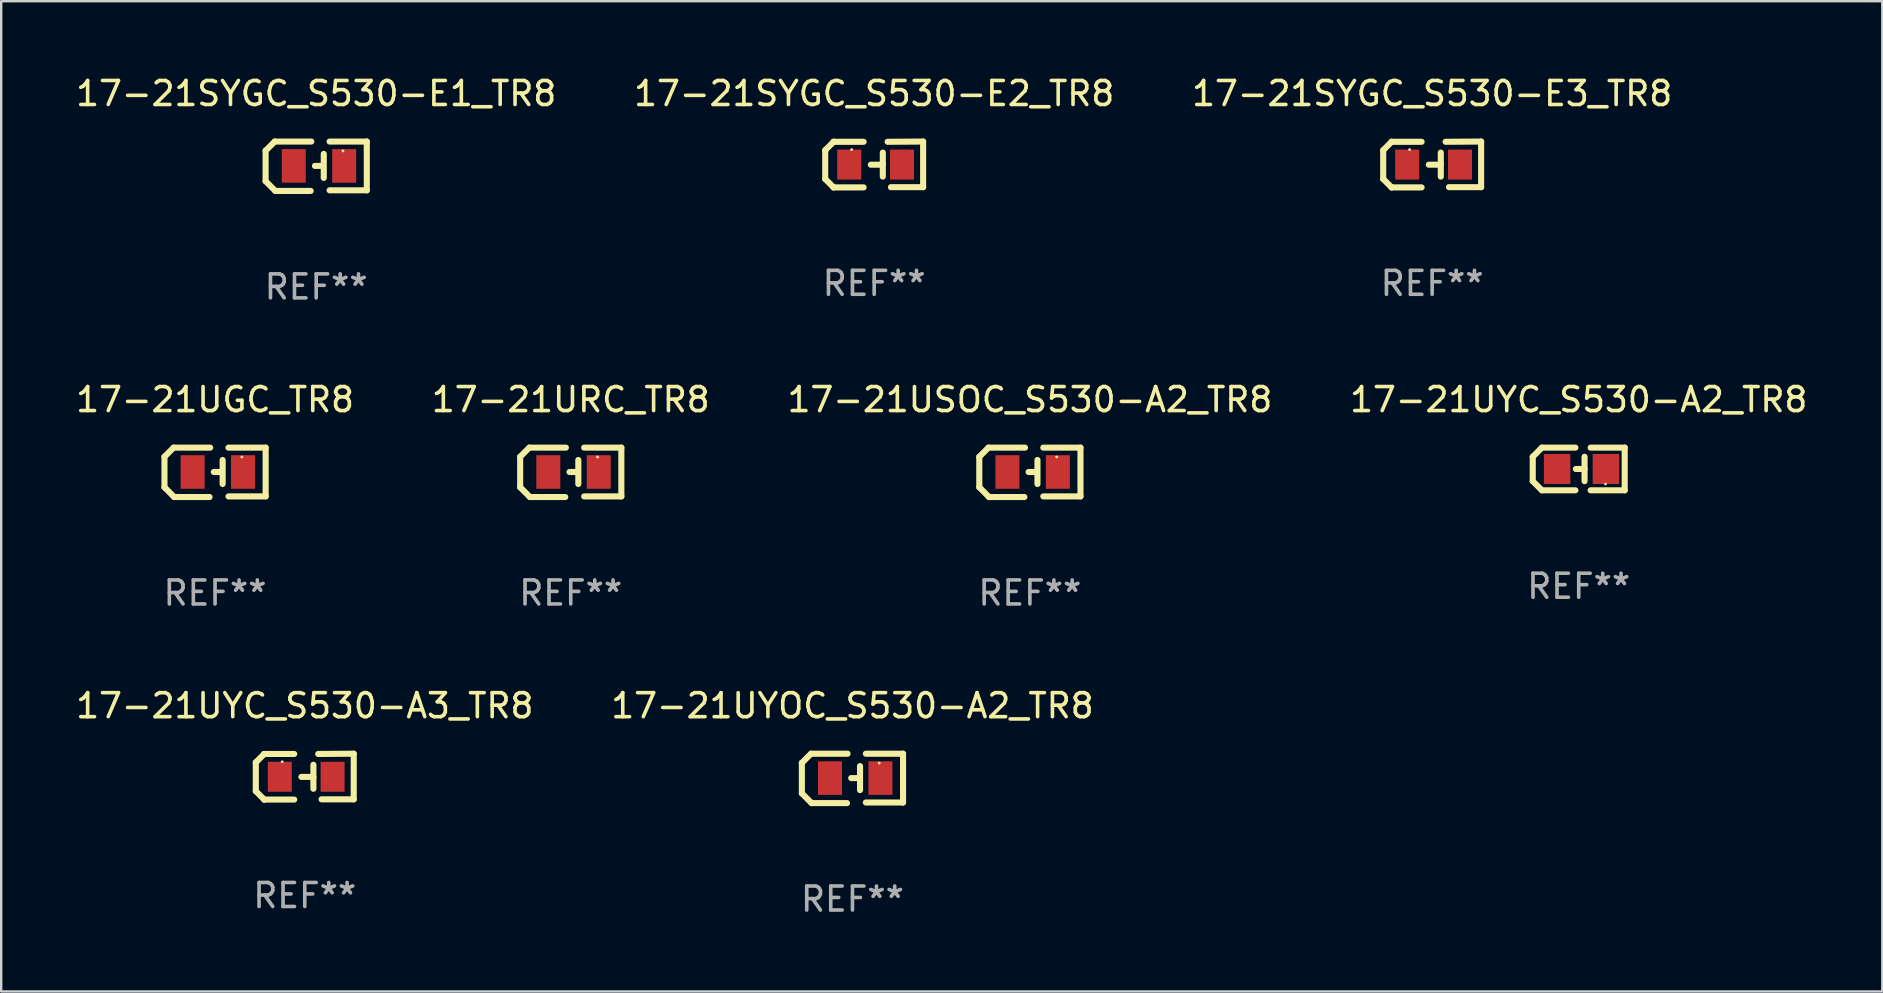
<source format=kicad_pcb>
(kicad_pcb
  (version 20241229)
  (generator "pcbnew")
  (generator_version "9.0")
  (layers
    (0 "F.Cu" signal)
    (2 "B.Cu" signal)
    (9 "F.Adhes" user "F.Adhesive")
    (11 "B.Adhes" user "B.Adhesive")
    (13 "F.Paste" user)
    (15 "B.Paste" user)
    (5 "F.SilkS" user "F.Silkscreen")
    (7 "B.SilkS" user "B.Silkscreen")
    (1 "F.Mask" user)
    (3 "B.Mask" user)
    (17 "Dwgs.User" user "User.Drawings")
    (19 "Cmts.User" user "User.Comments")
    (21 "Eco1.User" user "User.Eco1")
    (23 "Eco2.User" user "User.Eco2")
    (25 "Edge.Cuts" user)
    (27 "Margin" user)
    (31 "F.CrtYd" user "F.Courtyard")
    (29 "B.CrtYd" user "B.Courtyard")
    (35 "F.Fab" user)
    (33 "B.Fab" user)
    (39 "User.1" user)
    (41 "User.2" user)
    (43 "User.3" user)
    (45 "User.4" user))
  (footprint "17-21SYGC_S530-E3_TR8"
    (layer "F.Cu")
    (at 56.625 3.803)
    (property "Reference" "17-21SYGC_S530-E3_TR8" (at 0 -2.955 0) (layer "F.SilkS") (effects (font (size 1 1) (thickness 0.15))))
    (attr through_hole)
    (fp_line (start -2.04 -0.595) (end -2.04 0.605) (stroke (width 0.254) (type solid)) (layer "F.SilkS"))
    (fp_line (start -1.69 -0.945) (end -1.69 -0.945) (stroke (width 0.254) (type solid)) (layer "F.SilkS"))
    (fp_line (start -1.69 -0.945) (end -2.04 -0.595) (stroke (width 0.254) (type solid)) (layer "F.SilkS"))
    (fp_line (start -1.69 0.955) (end -2.04 0.605) (stroke (width 0.254) (type solid)) (layer "F.SilkS"))
    (fp_line (start -1.69 0.955) (end -1.69 0.955) (stroke (width 0.254) (type solid)) (layer "F.SilkS"))
    (fp_line (start -0.44 -0.945) (end -1.69 -0.945) (stroke (width 0.254) (type solid)) (layer "F.SilkS"))
    (fp_line (start -0.44 0.955) (end -1.69 0.955) (stroke (width 0.254) (type solid)) (layer "F.SilkS"))
    (fp_line (start 0.36 -0.495) (end 0.36 0.505) (stroke (width 0.254) (type solid)) (layer "F.SilkS"))
    (fp_line (start 0.36 0.01) (end -0.14 0.01) (stroke (width 0.254) (type solid)) (layer "F.SilkS"))
    (fp_line (start 0.56 -0.945) (end 2.04 -0.955) (stroke (width 0.254) (type solid)) (layer "F.SilkS"))
    (fp_line (start 0.7 0.945) (end 2.04 0.945) (stroke (width 0.254) (type solid)) (layer "F.SilkS"))
    (fp_line (start 2.04 -0.955) (end 2.04 0.945) (stroke (width 0.254) (type solid)) (layer "F.SilkS"))
    (fp_circle (center -0.94 -0.62) (end -0.91 -0.62) (stroke (width 0.06) (type solid)) (fill no) (layer "F.SilkS"))
    (fp_text user "REF**" (at 0 4.955 0) (layer "F.Fab") (effects (font (size 1 1) (thickness 0.15))))
    (pad "1" smd rect (at -1.04 0.005 180) (size 1 1.25) (layers "F.Cu" "F.Mask" "F.Paste"))
    (pad "2" smd rect (at 1.16 0.005 180) (size 1 1.25) (layers "F.Cu" "F.Mask" "F.Paste")))
  (footprint "17-21UYC_S530-A2_TR8"
    (layer "F.Cu")
    (at 62.732 16.491)
    (property "Reference" "17-21UYC_S530-A2_TR8" (at 0 -2.889 0) (layer "F.SilkS") (effects (font (size 1 1) (thickness 0.15))))
    (attr through_hole)
    (fp_line (start -1.916 -0.508) (end -1.535 -0.889) (stroke (width 0.254) (type solid)) (layer "F.SilkS"))
    (fp_line (start -1.916 0.508) (end -1.916 -0.508) (stroke (width 0.254) (type solid)) (layer "F.SilkS"))
    (fp_line (start -1.535 0.889) (end -1.916 0.508) (stroke (width 0.254) (type solid)) (layer "F.SilkS"))
    (fp_line (start -0.138 -0.889) (end -1.535 -0.889) (stroke (width 0.254) (type solid)) (layer "F.SilkS"))
    (fp_line (start -0.138 0.889) (end -1.535 0.889) (stroke (width 0.254) (type solid)) (layer "F.SilkS"))
    (fp_line (start 0.243 -0.001) (end -0.119 -0.000051) (stroke (width 0.254) (type solid)) (layer "F.SilkS"))
    (fp_line (start 0.243 0.508) (end 0.243 -0.508) (stroke (width 0.254) (type solid)) (layer "F.SilkS"))
    (fp_line (start 0.497 -0.889) (end 1.916 -0.889) (stroke (width 0.254) (type solid)) (layer "F.SilkS"))
    (fp_line (start 1.916 -0.889) (end 1.916 0.889) (stroke (width 0.254) (type solid)) (layer "F.SilkS"))
    (fp_line (start 1.916 0.889) (end 0.497 0.889) (stroke (width 0.254) (type solid)) (layer "F.SilkS"))
    (fp_circle (center 1.116 0.625) (end 1.146 0.625) (stroke (width 0.06) (type solid)) (fill no) (layer "F.SilkS"))
    (fp_text user "REF**" (at 0 4.889 0) (layer "F.Fab") (effects (font (size 1 1) (thickness 0.15))))
    (pad "1" smd rect (at 1.132 0.000051) (size 1.1 1.25) (layers "F.Cu" "F.Mask" "F.Paste"))
    (pad "2" smd rect (at -0.9 0.000051) (size 1.1 1.25) (layers "F.Cu" "F.Mask" "F.Paste")))
  (footprint "17-21UYOC_S530-A2_TR8"
    (layer "F.Cu")
    (at 32.47 29.385)
    (property "Reference" "17-21UYOC_S530-A2_TR8" (at 0 -3.029 0) (layer "F.SilkS") (effects (font (size 1 1) (thickness 0.15))))
    (attr through_hole)
    (fp_line (start -2.108 -0.648) (end -1.727 -1.029) (stroke (width 0.254) (type solid)) (layer "F.SilkS"))
    (fp_line (start -2.108 0.622) (end -2.108 -0.648) (stroke (width 0.254) (type solid)) (layer "F.SilkS"))
    (fp_line (start -1.727 -1.029) (end -0.203 -1.029) (stroke (width 0.254) (type solid)) (layer "F.SilkS"))
    (fp_line (start -1.702 1.029) (end -2.108 0.622) (stroke (width 0.254) (type solid)) (layer "F.SilkS"))
    (fp_line (start -0.229 1.029) (end -1.702 1.029) (stroke (width 0.254) (type solid)) (layer "F.SilkS"))
    (fp_line (start 0.216 -0.014) (end -0.053 -0.014) (stroke (width 0.254) (type solid)) (layer "F.SilkS"))
    (fp_line (start 0.316 -0.514) (end 0.316 0.486) (stroke (width 0.254) (type solid)) (layer "F.SilkS"))
    (fp_line (start 0.559 1.003) (end 2.108 1.003) (stroke (width 0.254) (type solid)) (layer "F.SilkS"))
    (fp_line (start 2.108 -1.029) (end 0.559 -1.029) (stroke (width 0.254) (type solid)) (layer "F.SilkS"))
    (fp_line (start 2.108 1.003) (end 2.108 -1.029) (stroke (width 0.254) (type solid)) (layer "F.SilkS"))
    (fp_circle (center 1.116 -0.639) (end 1.146 -0.639) (stroke (width 0.06) (type solid)) (fill no) (layer "F.SilkS"))
    (fp_text user "REF**" (at 0 5.029 0) (layer "F.Fab") (effects (font (size 1 1) (thickness 0.15))))
    (pad "1" smd rect (at 1.166 -0.014 180) (size 1 1.4) (layers "F.Cu" "F.Mask" "F.Paste"))
    (pad "2" smd rect (at -0.935 -0.014 180) (size 1 1.4) (layers "F.Cu" "F.Mask" "F.Paste")))
  (footprint "17-21USOC_S530-A2_TR8"
    (layer "F.Cu")
    (at 39.863 16.631)
    (property "Reference" "17-21USOC_S530-A2_TR8" (at 0 -3.029 0) (layer "F.SilkS") (effects (font (size 1 1) (thickness 0.15))))
    (attr through_hole)
    (fp_line (start -2.108 -0.648) (end -1.727 -1.029) (stroke (width 0.254) (type solid)) (layer "F.SilkS"))
    (fp_line (start -2.108 0.622) (end -2.108 -0.648) (stroke (width 0.254) (type solid)) (layer "F.SilkS"))
    (fp_line (start -1.727 -1.029) (end -0.203 -1.029) (stroke (width 0.254) (type solid)) (layer "F.SilkS"))
    (fp_line (start -1.702 1.029) (end -2.108 0.622) (stroke (width 0.254) (type solid)) (layer "F.SilkS"))
    (fp_line (start -0.229 1.029) (end -1.702 1.029) (stroke (width 0.254) (type solid)) (layer "F.SilkS"))
    (fp_line (start 0.216 -0.014) (end -0.053 -0.014) (stroke (width 0.254) (type solid)) (layer "F.SilkS"))
    (fp_line (start 0.316 -0.514) (end 0.316 0.486) (stroke (width 0.254) (type solid)) (layer "F.SilkS"))
    (fp_line (start 0.559 1.003) (end 2.108 1.003) (stroke (width 0.254) (type solid)) (layer "F.SilkS"))
    (fp_line (start 2.108 -1.029) (end 0.559 -1.029) (stroke (width 0.254) (type solid)) (layer "F.SilkS"))
    (fp_line (start 2.108 1.003) (end 2.108 -1.029) (stroke (width 0.254) (type solid)) (layer "F.SilkS"))
    (fp_circle (center 1.116 -0.639) (end 1.146 -0.639) (stroke (width 0.06) (type solid)) (fill no) (layer "F.SilkS"))
    (fp_text user "REF**" (at 0 5.029 0) (layer "F.Fab") (effects (font (size 1 1) (thickness 0.15))))
    (pad "1" smd rect (at 1.166 -0.014 180) (size 1 1.4) (layers "F.Cu" "F.Mask" "F.Paste"))
    (pad "2" smd rect (at -0.935 -0.014 180) (size 1 1.4) (layers "F.Cu" "F.Mask" "F.Paste")))
  (footprint "17-21URC_TR8"
    (layer "F.Cu")
    (at 20.732 16.631)
    (property "Reference" "17-21URC_TR8" (at 0 -3.029 0) (layer "F.SilkS") (effects (font (size 1 1) (thickness 0.15))))
    (attr through_hole)
    (fp_line (start -2.108 -0.648) (end -1.727 -1.029) (stroke (width 0.254) (type solid)) (layer "F.SilkS"))
    (fp_line (start -2.108 0.622) (end -2.108 -0.648) (stroke (width 0.254) (type solid)) (layer "F.SilkS"))
    (fp_line (start -1.727 -1.029) (end -0.203 -1.029) (stroke (width 0.254) (type solid)) (layer "F.SilkS"))
    (fp_line (start -1.702 1.029) (end -2.108 0.622) (stroke (width 0.254) (type solid)) (layer "F.SilkS"))
    (fp_line (start -0.229 1.029) (end -1.702 1.029) (stroke (width 0.254) (type solid)) (layer "F.SilkS"))
    (fp_line (start 0.216 -0.014) (end -0.053 -0.014) (stroke (width 0.254) (type solid)) (layer "F.SilkS"))
    (fp_line (start 0.316 -0.514) (end 0.316 0.486) (stroke (width 0.254) (type solid)) (layer "F.SilkS"))
    (fp_line (start 0.559 1.003) (end 2.108 1.003) (stroke (width 0.254) (type solid)) (layer "F.SilkS"))
    (fp_line (start 2.108 -1.029) (end 0.559 -1.029) (stroke (width 0.254) (type solid)) (layer "F.SilkS"))
    (fp_line (start 2.108 1.003) (end 2.108 -1.029) (stroke (width 0.254) (type solid)) (layer "F.SilkS"))
    (fp_circle (center 1.116 -0.639) (end 1.146 -0.639) (stroke (width 0.06) (type solid)) (fill no) (layer "F.SilkS"))
    (fp_text user "REF**" (at 0 5.029 0) (layer "F.Fab") (effects (font (size 1 1) (thickness 0.15))))
    (pad "1" smd rect (at 1.166 -0.014 180) (size 1 1.4) (layers "F.Cu" "F.Mask" "F.Paste"))
    (pad "2" smd rect (at -0.935 -0.014 180) (size 1 1.4) (layers "F.Cu" "F.Mask" "F.Paste")))
  (footprint "17-21UGC_TR8"
    (layer "F.Cu")
    (at 5.911 16.631)
    (property "Reference" "17-21UGC_TR8" (at 0 -3.029 0) (layer "F.SilkS") (effects (font (size 1 1) (thickness 0.15))))
    (attr through_hole)
    (fp_line (start -2.108 -0.648) (end -1.727 -1.029) (stroke (width 0.254) (type solid)) (layer "F.SilkS"))
    (fp_line (start -2.108 0.622) (end -2.108 -0.648) (stroke (width 0.254) (type solid)) (layer "F.SilkS"))
    (fp_line (start -1.727 -1.029) (end -0.203 -1.029) (stroke (width 0.254) (type solid)) (layer "F.SilkS"))
    (fp_line (start -1.702 1.029) (end -2.108 0.622) (stroke (width 0.254) (type solid)) (layer "F.SilkS"))
    (fp_line (start -0.229 1.029) (end -1.702 1.029) (stroke (width 0.254) (type solid)) (layer "F.SilkS"))
    (fp_line (start 0.216 -0.014) (end -0.053 -0.014) (stroke (width 0.254) (type solid)) (layer "F.SilkS"))
    (fp_line (start 0.316 -0.514) (end 0.316 0.486) (stroke (width 0.254) (type solid)) (layer "F.SilkS"))
    (fp_line (start 0.559 1.003) (end 2.108 1.003) (stroke (width 0.254) (type solid)) (layer "F.SilkS"))
    (fp_line (start 2.108 -1.029) (end 0.559 -1.029) (stroke (width 0.254) (type solid)) (layer "F.SilkS"))
    (fp_line (start 2.108 1.003) (end 2.108 -1.029) (stroke (width 0.254) (type solid)) (layer "F.SilkS"))
    (fp_circle (center 1.116 -0.639) (end 1.146 -0.639) (stroke (width 0.06) (type solid)) (fill no) (layer "F.SilkS"))
    (fp_text user "REF**" (at 0 5.029 0) (layer "F.Fab") (effects (font (size 1 1) (thickness 0.15))))
    (pad "1" smd rect (at 1.166 -0.014 180) (size 1 1.4) (layers "F.Cu" "F.Mask" "F.Paste"))
    (pad "2" smd rect (at -0.935 -0.014 180) (size 1 1.4) (layers "F.Cu" "F.Mask" "F.Paste")))
  (footprint "17-21SYGC_S530-E1_TR8"
    (layer "F.Cu")
    (at 10.125 3.877)
    (property "Reference" "17-21SYGC_S530-E1_TR8" (at 0 -3.029 0) (layer "F.SilkS") (effects (font (size 1 1) (thickness 0.15))))
    (attr through_hole)
    (fp_line (start -2.108 -0.648) (end -1.727 -1.029) (stroke (width 0.254) (type solid)) (layer "F.SilkS"))
    (fp_line (start -2.108 0.622) (end -2.108 -0.648) (stroke (width 0.254) (type solid)) (layer "F.SilkS"))
    (fp_line (start -1.727 -1.029) (end -0.203 -1.029) (stroke (width 0.254) (type solid)) (layer "F.SilkS"))
    (fp_line (start -1.702 1.029) (end -2.108 0.622) (stroke (width 0.254) (type solid)) (layer "F.SilkS"))
    (fp_line (start -0.229 1.029) (end -1.702 1.029) (stroke (width 0.254) (type solid)) (layer "F.SilkS"))
    (fp_line (start 0.216 -0.014) (end -0.053 -0.014) (stroke (width 0.254) (type solid)) (layer "F.SilkS"))
    (fp_line (start 0.316 -0.514) (end 0.316 0.486) (stroke (width 0.254) (type solid)) (layer "F.SilkS"))
    (fp_line (start 0.559 1.003) (end 2.108 1.003) (stroke (width 0.254) (type solid)) (layer "F.SilkS"))
    (fp_line (start 2.108 -1.029) (end 0.559 -1.029) (stroke (width 0.254) (type solid)) (layer "F.SilkS"))
    (fp_line (start 2.108 1.003) (end 2.108 -1.029) (stroke (width 0.254) (type solid)) (layer "F.SilkS"))
    (fp_circle (center 1.116 -0.639) (end 1.146 -0.639) (stroke (width 0.06) (type solid)) (fill no) (layer "F.SilkS"))
    (fp_text user "REF**" (at 0 5.029 0) (layer "F.Fab") (effects (font (size 1 1) (thickness 0.15))))
    (pad "1" smd rect (at 1.166 -0.014 180) (size 1 1.4) (layers "F.Cu" "F.Mask" "F.Paste"))
    (pad "2" smd rect (at -0.935 -0.014 180) (size 1 1.4) (layers "F.Cu" "F.Mask" "F.Paste")))
  (footprint "17-21SYGC_S530-E2_TR8"
    (layer "F.Cu")
    (at 33.375 3.803)
    (property "Reference" "17-21SYGC_S530-E2_TR8" (at 0 -2.955 0) (layer "F.SilkS") (effects (font (size 1 1) (thickness 0.15))))
    (attr through_hole)
    (fp_line (start -2.04 -0.595) (end -2.04 0.605) (stroke (width 0.254) (type solid)) (layer "F.SilkS"))
    (fp_line (start -1.69 -0.945) (end -1.69 -0.945) (stroke (width 0.254) (type solid)) (layer "F.SilkS"))
    (fp_line (start -1.69 -0.945) (end -2.04 -0.595) (stroke (width 0.254) (type solid)) (layer "F.SilkS"))
    (fp_line (start -1.69 0.955) (end -2.04 0.605) (stroke (width 0.254) (type solid)) (layer "F.SilkS"))
    (fp_line (start -1.69 0.955) (end -1.69 0.955) (stroke (width 0.254) (type solid)) (layer "F.SilkS"))
    (fp_line (start -0.44 -0.945) (end -1.69 -0.945) (stroke (width 0.254) (type solid)) (layer "F.SilkS"))
    (fp_line (start -0.44 0.955) (end -1.69 0.955) (stroke (width 0.254) (type solid)) (layer "F.SilkS"))
    (fp_line (start 0.36 -0.495) (end 0.36 0.505) (stroke (width 0.254) (type solid)) (layer "F.SilkS"))
    (fp_line (start 0.36 0.01) (end -0.14 0.01) (stroke (width 0.254) (type solid)) (layer "F.SilkS"))
    (fp_line (start 0.56 -0.945) (end 2.04 -0.955) (stroke (width 0.254) (type solid)) (layer "F.SilkS"))
    (fp_line (start 0.7 0.945) (end 2.04 0.945) (stroke (width 0.254) (type solid)) (layer "F.SilkS"))
    (fp_line (start 2.04 -0.955) (end 2.04 0.945) (stroke (width 0.254) (type solid)) (layer "F.SilkS"))
    (fp_circle (center -0.94 -0.62) (end -0.91 -0.62) (stroke (width 0.06) (type solid)) (fill no) (layer "F.SilkS"))
    (fp_text user "REF**" (at 0 4.955 0) (layer "F.Fab") (effects (font (size 1 1) (thickness 0.15))))
    (pad "1" smd rect (at -1.04 0.005 180) (size 1 1.25) (layers "F.Cu" "F.Mask" "F.Paste"))
    (pad "2" smd rect (at 1.16 0.005 180) (size 1 1.25) (layers "F.Cu" "F.Mask" "F.Paste")))
  (footprint "17-21UYC_S530-A3_TR8"
    (layer "F.Cu")
    (at 9.649 29.311)
    (property "Reference" "17-21UYC_S530-A3_TR8" (at 0 -2.955 0) (layer "F.SilkS") (effects (font (size 1 1) (thickness 0.15))))
    (attr through_hole)
    (fp_line (start -2.04 -0.595) (end -2.04 0.605) (stroke (width 0.254) (type solid)) (layer "F.SilkS"))
    (fp_line (start -1.69 -0.945) (end -1.69 -0.945) (stroke (width 0.254) (type solid)) (layer "F.SilkS"))
    (fp_line (start -1.69 -0.945) (end -2.04 -0.595) (stroke (width 0.254) (type solid)) (layer "F.SilkS"))
    (fp_line (start -1.69 0.955) (end -2.04 0.605) (stroke (width 0.254) (type solid)) (layer "F.SilkS"))
    (fp_line (start -1.69 0.955) (end -1.69 0.955) (stroke (width 0.254) (type solid)) (layer "F.SilkS"))
    (fp_line (start -0.44 -0.945) (end -1.69 -0.945) (stroke (width 0.254) (type solid)) (layer "F.SilkS"))
    (fp_line (start -0.44 0.955) (end -1.69 0.955) (stroke (width 0.254) (type solid)) (layer "F.SilkS"))
    (fp_line (start 0.36 -0.495) (end 0.36 0.505) (stroke (width 0.254) (type solid)) (layer "F.SilkS"))
    (fp_line (start 0.36 0.01) (end -0.14 0.01) (stroke (width 0.254) (type solid)) (layer "F.SilkS"))
    (fp_line (start 0.56 -0.945) (end 2.04 -0.955) (stroke (width 0.254) (type solid)) (layer "F.SilkS"))
    (fp_line (start 0.7 0.945) (end 2.04 0.945) (stroke (width 0.254) (type solid)) (layer "F.SilkS"))
    (fp_line (start 2.04 -0.955) (end 2.04 0.945) (stroke (width 0.254) (type solid)) (layer "F.SilkS"))
    (fp_circle (center -0.94 -0.62) (end -0.91 -0.62) (stroke (width 0.06) (type solid)) (fill no) (layer "F.SilkS"))
    (fp_text user "REF**" (at 0 4.955 0) (layer "F.Fab") (effects (font (size 1 1) (thickness 0.15))))
    (pad "1" smd rect (at -1.04 0.005 180) (size 1 1.25) (layers "F.Cu" "F.Mask" "F.Paste"))
    (pad "2" smd rect (at 1.16 0.005 180) (size 1 1.25) (layers "F.Cu" "F.Mask" "F.Paste")))
  (gr_rect
    (start -3 -3)
    (end 75.381 38.262)
    (stroke (width 0.1) (type default))
    (fill no)
    (layer "Edge.Cuts")))
</source>
